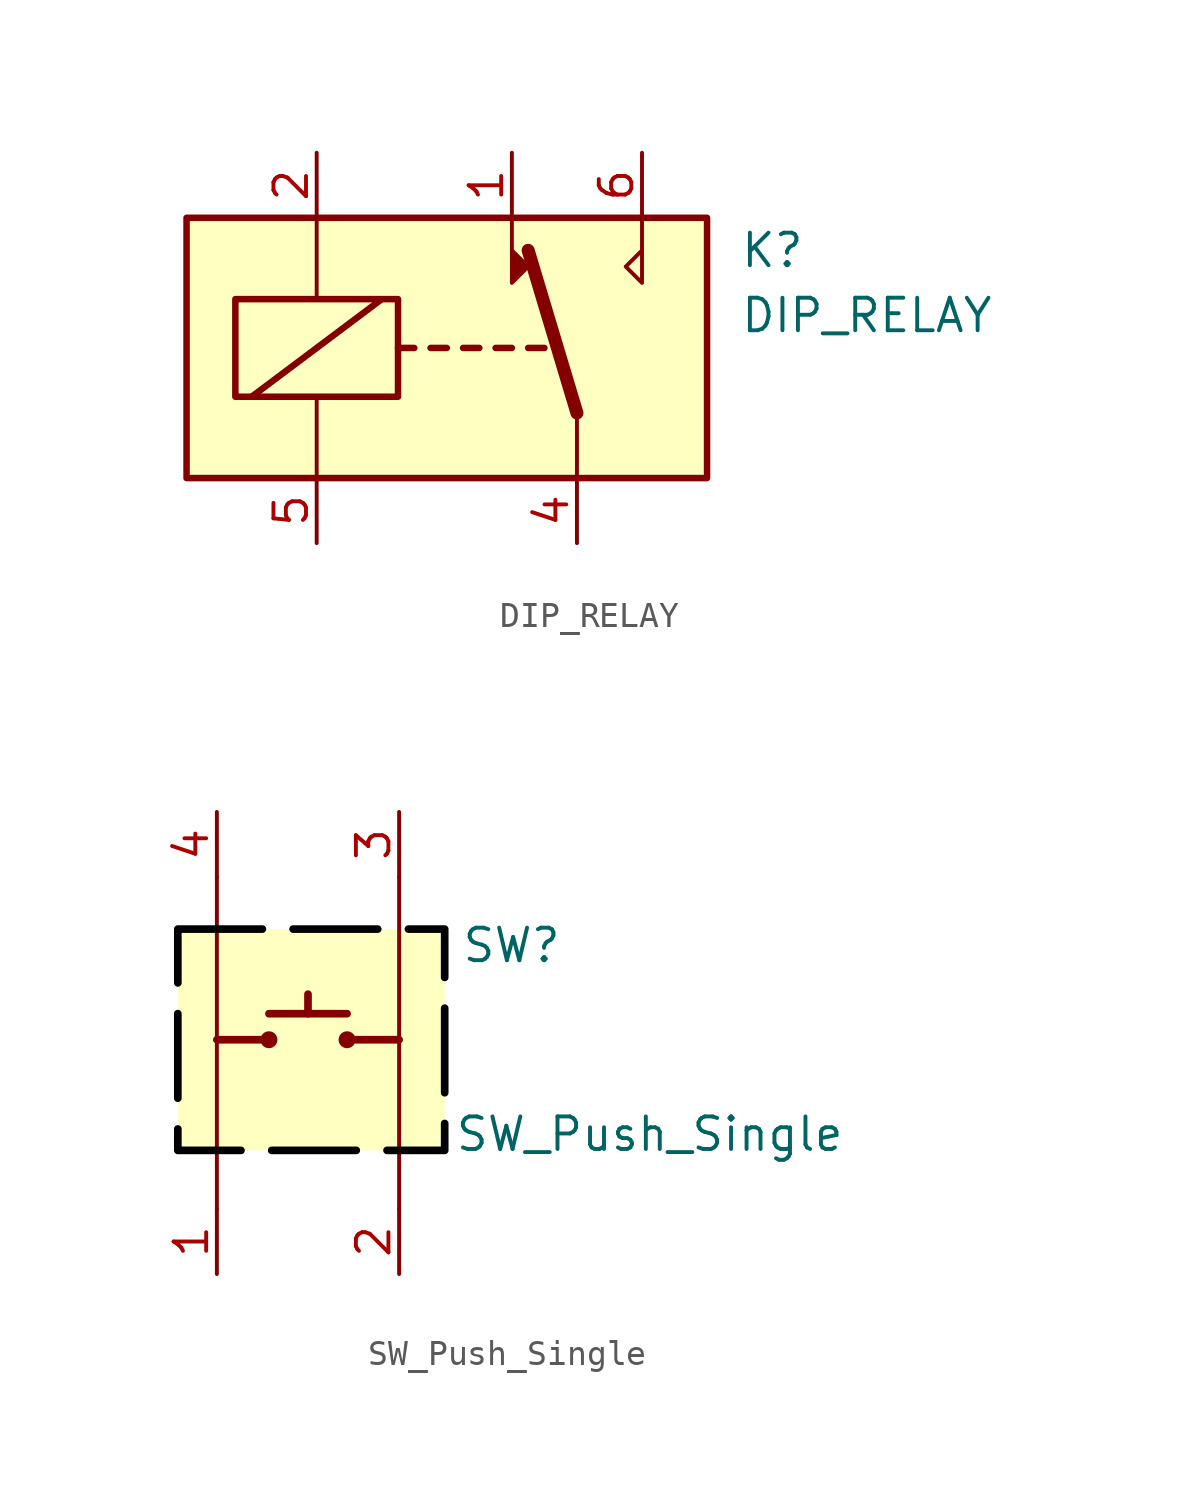
<source format=kicad_sym>
(kicad_symbol_lib
  (version 20220914)
  (generator kicad_symbol_editor)
  (symbol "DIP_RELAY"
    (property "Reference" "K"
      (at 11.43 3.81 0)
      (effects (font (size 1.27 1.27)) (justify left)))
    (property "Value" "DIP_RELAY"
      (at 11.43 1.27 0)
      (effects (font (size 1.27 1.27)) (justify left)))
    (symbol "DIP_RELAY_0_0"
      (polyline (pts (xy 2.54 5.08) (xy 2.54 2.54) (xy 3.175 3.175) (xy 2.54 3.81)) (stroke (width 0) (type default)) (fill (type outline)))
      (polyline (pts (xy 7.62 5.08) (xy 7.62 2.54) (xy 6.985 3.175) (xy 7.62 3.81)) (stroke (width 0) (type default)) (fill (type none))))
    (symbol "DIP_RELAY_0_1"
      (rectangle (start -10.16 5.08) (end 10.16 -5.08) (stroke (width 0.254) (type default)) (fill (type background)))
      (rectangle (start -8.255 1.905) (end -1.905 -1.905) (stroke (width 0.254) (type default)) (fill (type none)))
      (polyline (pts (xy -7.62 -1.905) (xy -2.54 1.905)) (stroke (width 0.254) (type default)) (fill (type none)))
      (polyline (pts (xy -5.08 -5.08) (xy -5.08 -1.905)) (stroke (width 0) (type default)) (fill (type none)))
      (polyline (pts (xy -5.08 5.08) (xy -5.08 1.905)) (stroke (width 0) (type default)) (fill (type none)))
      (polyline (pts (xy -1.905 0) (xy -1.27 0)) (stroke (width 0.254) (type default)) (fill (type none)))
      (polyline (pts (xy -0.635 0) (xy 0 0)) (stroke (width 0.254) (type default)) (fill (type none)))
      (polyline (pts (xy 0.635 0) (xy 1.27 0)) (stroke (width 0.254) (type default)) (fill (type none)))
      (polyline (pts (xy 1.905 0) (xy 2.54 0)) (stroke (width 0.254) (type default)) (fill (type none)))
      (polyline (pts (xy 3.175 0) (xy 3.81 0)) (stroke (width 0.254) (type default)) (fill (type none)))
      (polyline (pts (xy 5.08 -2.54) (xy 3.175 3.81)) (stroke (width 0.508) (type default)) (fill (type none)))
      (polyline (pts (xy 5.08 -2.54) (xy 5.08 -5.08)) (stroke (width 0) (type default)) (fill (type none))))
    (symbol "DIP_RELAY_1_1"
      (pin passive line (at 2.54 7.62 270) (length 2.54) (name "~" (effects (font (size 1.27 1.27)))) (number "1" (effects (font (size 1.27 1.27)))))
      (pin passive line (at -5.08 7.62 270) (length 2.54) (name "~" (effects (font (size 1.27 1.27)))) (number "2" (effects (font (size 1.27 1.27)))))
      (pin passive line (at 5.08 -7.62 90) (length 2.54) (name "~" (effects (font (size 1.27 1.27)))) (number "4" (effects (font (size 1.27 1.27)))))
      (pin passive line (at -5.08 -7.62 90) (length 2.54) (name "~" (effects (font (size 1.27 1.27)))) (number "5" (effects (font (size 1.27 1.27)))))
      (pin passive line (at 7.62 7.62 270) (length 2.54) (name "~" (effects (font (size 1.27 1.27)))) (number "6" (effects (font (size 1.27 1.27)))))
      (pin passive line (at 5.08 -7.62 90) (length 2.54) hide (name "~" (effects (font (size 1.27 1.27)))) (number "8" (effects (font (size 1.27 1.27)))))))
  (symbol "SW_Push_Single"
    (pin_names
      (offset 1.016) hide)
    (property "Reference" "SW"
      (at 5.334 0.762 0)
      (effects (font (size 1.27 1.27)) (justify left)))
    (property "Value" "SW_Push_Single"
      (at 12.7 -6.604 0)
      (effects (font (size 1.27 1.27))))
    (symbol "SW_Push_Single_0_1"
      (circle (center -2.159 -2.921) (radius 0.254) (stroke (width 0) (type default)) (fill (type outline)))
      (polyline (pts (xy -4.191 -2.921) (xy -2.159 -2.921)) (stroke (width 0.3) (type default)) (fill (type none)))
      (polyline (pts (xy -4.191 3.429) (xy -4.191 -9.525)) (stroke (width 0) (type default)) (fill (type none)))
      (polyline (pts (xy -0.635 -1.905) (xy -0.635 -1.143)) (stroke (width 0.3) (type default)) (fill (type none)))
      (polyline (pts (xy 0.889 -2.921) (xy 2.921 -2.921)) (stroke (width 0.3) (type default)) (fill (type none)))
      (polyline (pts (xy 0.889 -1.905) (xy -2.159 -1.905)) (stroke (width 0.3) (type default)) (fill (type none)))
      (polyline (pts (xy 2.921 3.429) (xy 2.921 -9.525)) (stroke (width 0) (type default)) (fill (type none)))
      (circle (center 0.889 -2.921) (radius 0.254) (stroke (width 0) (type default)) (fill (type outline)))
      (rectangle (start 4.699 1.397) (end -5.715 -7.239) (stroke (width 0.3) (type dash) (color 0 0 0 1)) (fill (type background)))
      (pin passive line (at -4.191 -12.065 90) (length 2.54) (name "1" (effects (font (size 1.27 1.27)))) (number "1" (effects (font (size 1.27 1.27)))))
      (pin passive line (at 2.921 -12.065 90) (length 2.54) (name "2" (effects (font (size 1.27 1.27)))) (number "2" (effects (font (size 1.27 1.27)))))
      (pin passive line (at 2.921 5.969 270) (length 2.54) (name "3" (effects (font (size 1.27 1.27)))) (number "3" (effects (font (size 1.27 1.27)))))
      (pin passive line (at -4.191 5.969 270) (length 2.54) (name "4" (effects (font (size 1.27 1.27)))) (number "4" (effects (font (size 1.27 1.27))))))))
</source>
